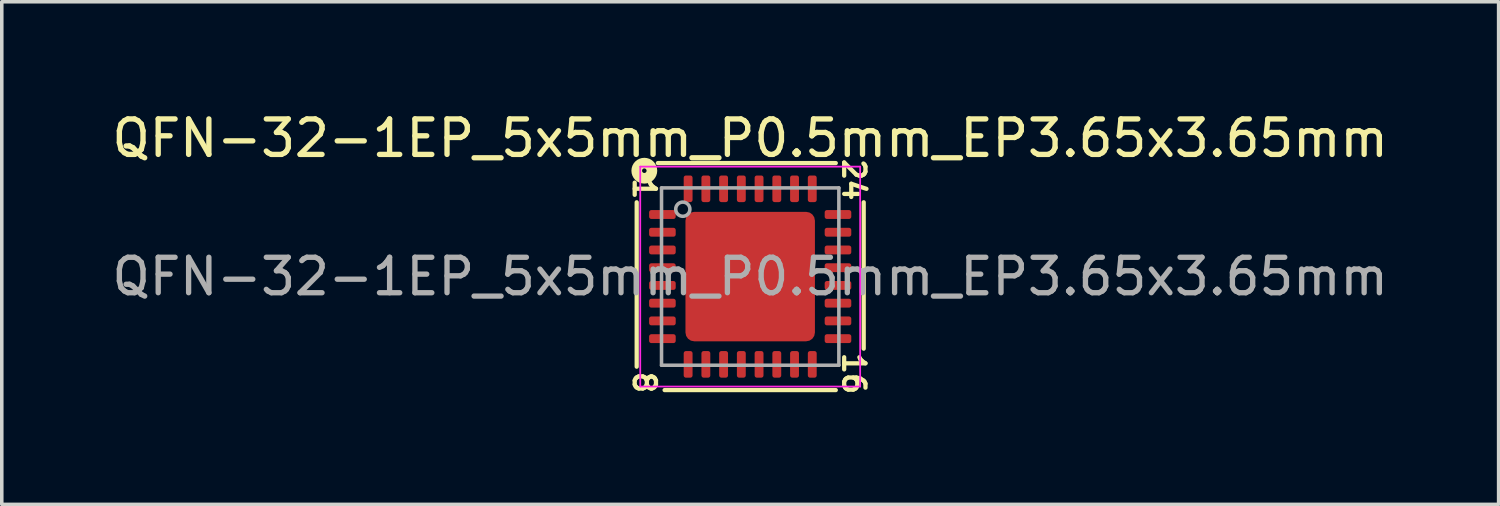
<source format=kicad_pcb>
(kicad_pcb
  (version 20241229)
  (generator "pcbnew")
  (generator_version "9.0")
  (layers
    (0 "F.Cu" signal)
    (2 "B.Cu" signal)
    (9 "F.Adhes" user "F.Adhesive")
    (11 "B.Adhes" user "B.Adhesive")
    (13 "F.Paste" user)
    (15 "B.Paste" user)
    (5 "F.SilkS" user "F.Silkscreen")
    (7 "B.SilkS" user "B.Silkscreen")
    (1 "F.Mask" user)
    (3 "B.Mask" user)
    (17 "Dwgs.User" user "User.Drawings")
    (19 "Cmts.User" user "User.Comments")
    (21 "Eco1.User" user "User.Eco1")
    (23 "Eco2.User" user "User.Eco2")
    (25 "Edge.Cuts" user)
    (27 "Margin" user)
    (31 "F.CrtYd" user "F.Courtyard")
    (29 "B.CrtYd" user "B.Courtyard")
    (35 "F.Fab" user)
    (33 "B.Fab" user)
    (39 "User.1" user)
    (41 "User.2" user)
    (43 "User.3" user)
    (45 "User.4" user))
  (footprint "QFN-32-1EP_5x5mm_P0.5mm_EP3.65x3.65mm"
    (layer "F.Cu")
    (at 18.101 4.748)
    (property "Reference" "QFN-32-1EP_5x5mm_P0.5mm_EP3.65x3.65mm" (at 0 -3.9 0) (layer "F.SilkS") (effects (font (size 1 1) (thickness 0.15))))
    (attr smd)
    (fp_line (start -3.2 -2.095) (end -3.2 2.54) (stroke (width 0.12) (type solid)) (layer "F.SilkS"))
    (fp_line (start -2.413 3.2) (end 2.413 3.2) (stroke (width 0.12) (type solid)) (layer "F.SilkS"))
    (fp_line (start 2.413 -3.2) (end -2.603 -3.2) (stroke (width 0.12) (type solid)) (layer "F.SilkS"))
    (fp_line (start 3.2 2.032) (end 3.2 -2.095) (stroke (width 0.12) (type solid)) (layer "F.SilkS"))
    (fp_circle (center -2.985 -2.985) (end -2.921 -2.985) (stroke (width 0.3) (type solid)) (fill no) (layer "F.SilkS"))
    (fp_line (start -3.1 -3.1) (end -3.1 3.1) (stroke (width 0.05) (type solid)) (layer "F.CrtYd"))
    (fp_line (start -3.1 3.1) (end 3.1 3.1) (stroke (width 0.05) (type solid)) (layer "F.CrtYd"))
    (fp_line (start 3.1 -3.1) (end -3.1 -3.1) (stroke (width 0.05) (type solid)) (layer "F.CrtYd"))
    (fp_line (start 3.1 3.1) (end 3.1 -3.1) (stroke (width 0.05) (type solid)) (layer "F.CrtYd"))
    (fp_line (start -2.5 -2.5) (end 2.5 -2.5) (stroke (width 0.1) (type solid)) (layer "F.Fab"))
    (fp_line (start -2.5 2.5) (end -2.5 -2.5) (stroke (width 0.1) (type solid)) (layer "F.Fab"))
    (fp_line (start 2.5 -2.5) (end 2.5 2.5) (stroke (width 0.1) (type solid)) (layer "F.Fab"))
    (fp_line (start 2.5 2.5) (end -2.5 2.5) (stroke (width 0.1) (type solid)) (layer "F.Fab"))
    (fp_circle (center -1.9 -1.9) (end -1.7 -1.9) (stroke (width 0.1) (type solid)) (fill no) (layer "F.Fab"))
    (fp_text user "1" (at -2.985 -2.477 270) (unlocked yes) (layer "F.SilkS") (effects (font (size 0.6 0.6) (thickness 0.12))))
    (fp_text user "16" (at 2.921 2.731 270) (unlocked yes) (layer "F.SilkS") (effects (font (size 0.6 0.6) (thickness 0.12))))
    (fp_text user "24" (at 2.921 -2.731 270) (unlocked yes) (layer "F.SilkS") (effects (font (size 0.6 0.6) (thickness 0.12))))
    (fp_text user "8" (at -2.985 2.985 270) (unlocked yes) (layer "F.SilkS") (effects (font (size 0.6 0.6) (thickness 0.12))))
    (fp_text user "${REFERENCE}" (at 0 0 0) (layer "F.Fab") (effects (font (size 1 1) (thickness 0.15))))
    (pad "" smd roundrect (at -1.22 -1.22) (size 0.98 0.98) (layers "F.Paste") (roundrect_rratio 0.25))
    (pad "" smd roundrect (at -1.22 0) (size 0.98 0.98) (layers "F.Paste") (roundrect_rratio 0.25))
    (pad "" smd roundrect (at -1.22 1.22) (size 0.98 0.98) (layers "F.Paste") (roundrect_rratio 0.25))
    (pad "" smd roundrect (at 0 -1.22) (size 0.98 0.98) (layers "F.Paste") (roundrect_rratio 0.25))
    (pad "" smd roundrect (at 0 0) (size 0.98 0.98) (layers "F.Paste") (roundrect_rratio 0.25))
    (pad "" smd roundrect (at 0 1.22) (size 0.98 0.98) (layers "F.Paste") (roundrect_rratio 0.25))
    (pad "" smd roundrect (at 1.22 -1.22) (size 0.98 0.98) (layers "F.Paste") (roundrect_rratio 0.25))
    (pad "" smd roundrect (at 1.22 0) (size 0.98 0.98) (layers "F.Paste") (roundrect_rratio 0.25))
    (pad "" smd roundrect (at 1.22 1.22) (size 0.98 0.98) (layers "F.Paste") (roundrect_rratio 0.25))
    (pad "1" smd roundrect (at -2.475 -1.75) (size 0.75 0.25) (layers "F.Cu" "F.Mask" "F.Paste") (roundrect_rratio 0.25))
    (pad "2" smd roundrect (at -2.475 -1.25) (size 0.75 0.25) (layers "F.Cu" "F.Mask" "F.Paste") (roundrect_rratio 0.25))
    (pad "3" smd roundrect (at -2.475 -0.75) (size 0.75 0.25) (layers "F.Cu" "F.Mask" "F.Paste") (roundrect_rratio 0.25))
    (pad "4" smd roundrect (at -2.475 -0.25) (size 0.75 0.25) (layers "F.Cu" "F.Mask" "F.Paste") (roundrect_rratio 0.25))
    (pad "5" smd roundrect (at -2.475 0.25) (size 0.75 0.25) (layers "F.Cu" "F.Mask" "F.Paste") (roundrect_rratio 0.25))
    (pad "6" smd roundrect (at -2.475 0.75) (size 0.75 0.25) (layers "F.Cu" "F.Mask" "F.Paste") (roundrect_rratio 0.25))
    (pad "7" smd roundrect (at -2.475 1.25) (size 0.75 0.25) (layers "F.Cu" "F.Mask" "F.Paste") (roundrect_rratio 0.25))
    (pad "8" smd roundrect (at -2.475 1.75) (size 0.75 0.25) (layers "F.Cu" "F.Mask" "F.Paste") (roundrect_rratio 0.25))
    (pad "9" smd roundrect (at -1.75 2.475) (size 0.25 0.75) (layers "F.Cu" "F.Mask" "F.Paste") (roundrect_rratio 0.25))
    (pad "10" smd roundrect (at -1.25 2.475) (size 0.25 0.75) (layers "F.Cu" "F.Mask" "F.Paste") (roundrect_rratio 0.25))
    (pad "11" smd roundrect (at -0.75 2.475) (size 0.25 0.75) (layers "F.Cu" "F.Mask" "F.Paste") (roundrect_rratio 0.25))
    (pad "12" smd roundrect (at -0.25 2.475) (size 0.25 0.75) (layers "F.Cu" "F.Mask" "F.Paste") (roundrect_rratio 0.25))
    (pad "13" smd roundrect (at 0.25 2.475) (size 0.25 0.75) (layers "F.Cu" "F.Mask" "F.Paste") (roundrect_rratio 0.25))
    (pad "14" smd roundrect (at 0.75 2.475) (size 0.25 0.75) (layers "F.Cu" "F.Mask" "F.Paste") (roundrect_rratio 0.25))
    (pad "15" smd roundrect (at 1.25 2.475) (size 0.25 0.75) (layers "F.Cu" "F.Mask" "F.Paste") (roundrect_rratio 0.25))
    (pad "16" smd roundrect (at 1.75 2.475) (size 0.25 0.75) (layers "F.Cu" "F.Mask" "F.Paste") (roundrect_rratio 0.25))
    (pad "17" smd roundrect (at 2.475 1.75) (size 0.75 0.25) (layers "F.Cu" "F.Mask" "F.Paste") (roundrect_rratio 0.25))
    (pad "18" smd roundrect (at 2.475 1.25) (size 0.75 0.25) (layers "F.Cu" "F.Mask" "F.Paste") (roundrect_rratio 0.25))
    (pad "19" smd roundrect (at 2.475 0.75) (size 0.75 0.25) (layers "F.Cu" "F.Mask" "F.Paste") (roundrect_rratio 0.25))
    (pad "20" smd roundrect (at 2.475 0.25) (size 0.75 0.25) (layers "F.Cu" "F.Mask" "F.Paste") (roundrect_rratio 0.25))
    (pad "21" smd roundrect (at 2.475 -0.25) (size 0.75 0.25) (layers "F.Cu" "F.Mask" "F.Paste") (roundrect_rratio 0.25))
    (pad "22" smd roundrect (at 2.475 -0.75) (size 0.75 0.25) (layers "F.Cu" "F.Mask" "F.Paste") (roundrect_rratio 0.25))
    (pad "23" smd roundrect (at 2.475 -1.25) (size 0.75 0.25) (layers "F.Cu" "F.Mask" "F.Paste") (roundrect_rratio 0.25))
    (pad "24" smd roundrect (at 2.475 -1.75) (size 0.75 0.25) (layers "F.Cu" "F.Mask" "F.Paste") (roundrect_rratio 0.25))
    (pad "25" smd roundrect (at 1.75 -2.475) (size 0.25 0.75) (layers "F.Cu" "F.Mask" "F.Paste") (roundrect_rratio 0.25))
    (pad "26" smd roundrect (at 1.25 -2.475) (size 0.25 0.75) (layers "F.Cu" "F.Mask" "F.Paste") (roundrect_rratio 0.25))
    (pad "27" smd roundrect (at 0.75 -2.475) (size 0.25 0.75) (layers "F.Cu" "F.Mask" "F.Paste") (roundrect_rratio 0.25))
    (pad "28" smd roundrect (at 0.25 -2.475) (size 0.25 0.75) (layers "F.Cu" "F.Mask" "F.Paste") (roundrect_rratio 0.25))
    (pad "29" smd roundrect (at -0.25 -2.475) (size 0.25 0.75) (layers "F.Cu" "F.Mask" "F.Paste") (roundrect_rratio 0.25))
    (pad "30" smd roundrect (at -0.75 -2.475) (size 0.25 0.75) (layers "F.Cu" "F.Mask" "F.Paste") (roundrect_rratio 0.25))
    (pad "31" smd roundrect (at -1.25 -2.475) (size 0.25 0.75) (layers "F.Cu" "F.Mask" "F.Paste") (roundrect_rratio 0.25))
    (pad "32" smd roundrect (at -1.75 -2.475) (size 0.25 0.75) (layers "F.Cu" "F.Mask" "F.Paste") (roundrect_rratio 0.25))
    (pad "33" smd roundrect (at 0 0) (size 3.65 3.65) (layers "F.Cu" "F.Mask") (roundrect_rratio 0.068)))
  (gr_rect
    (start -3 -3)
    (end 39.202 11.17)
    (stroke (width 0.1) (type default))
    (fill no)
    (layer "Edge.Cuts")))
</source>
